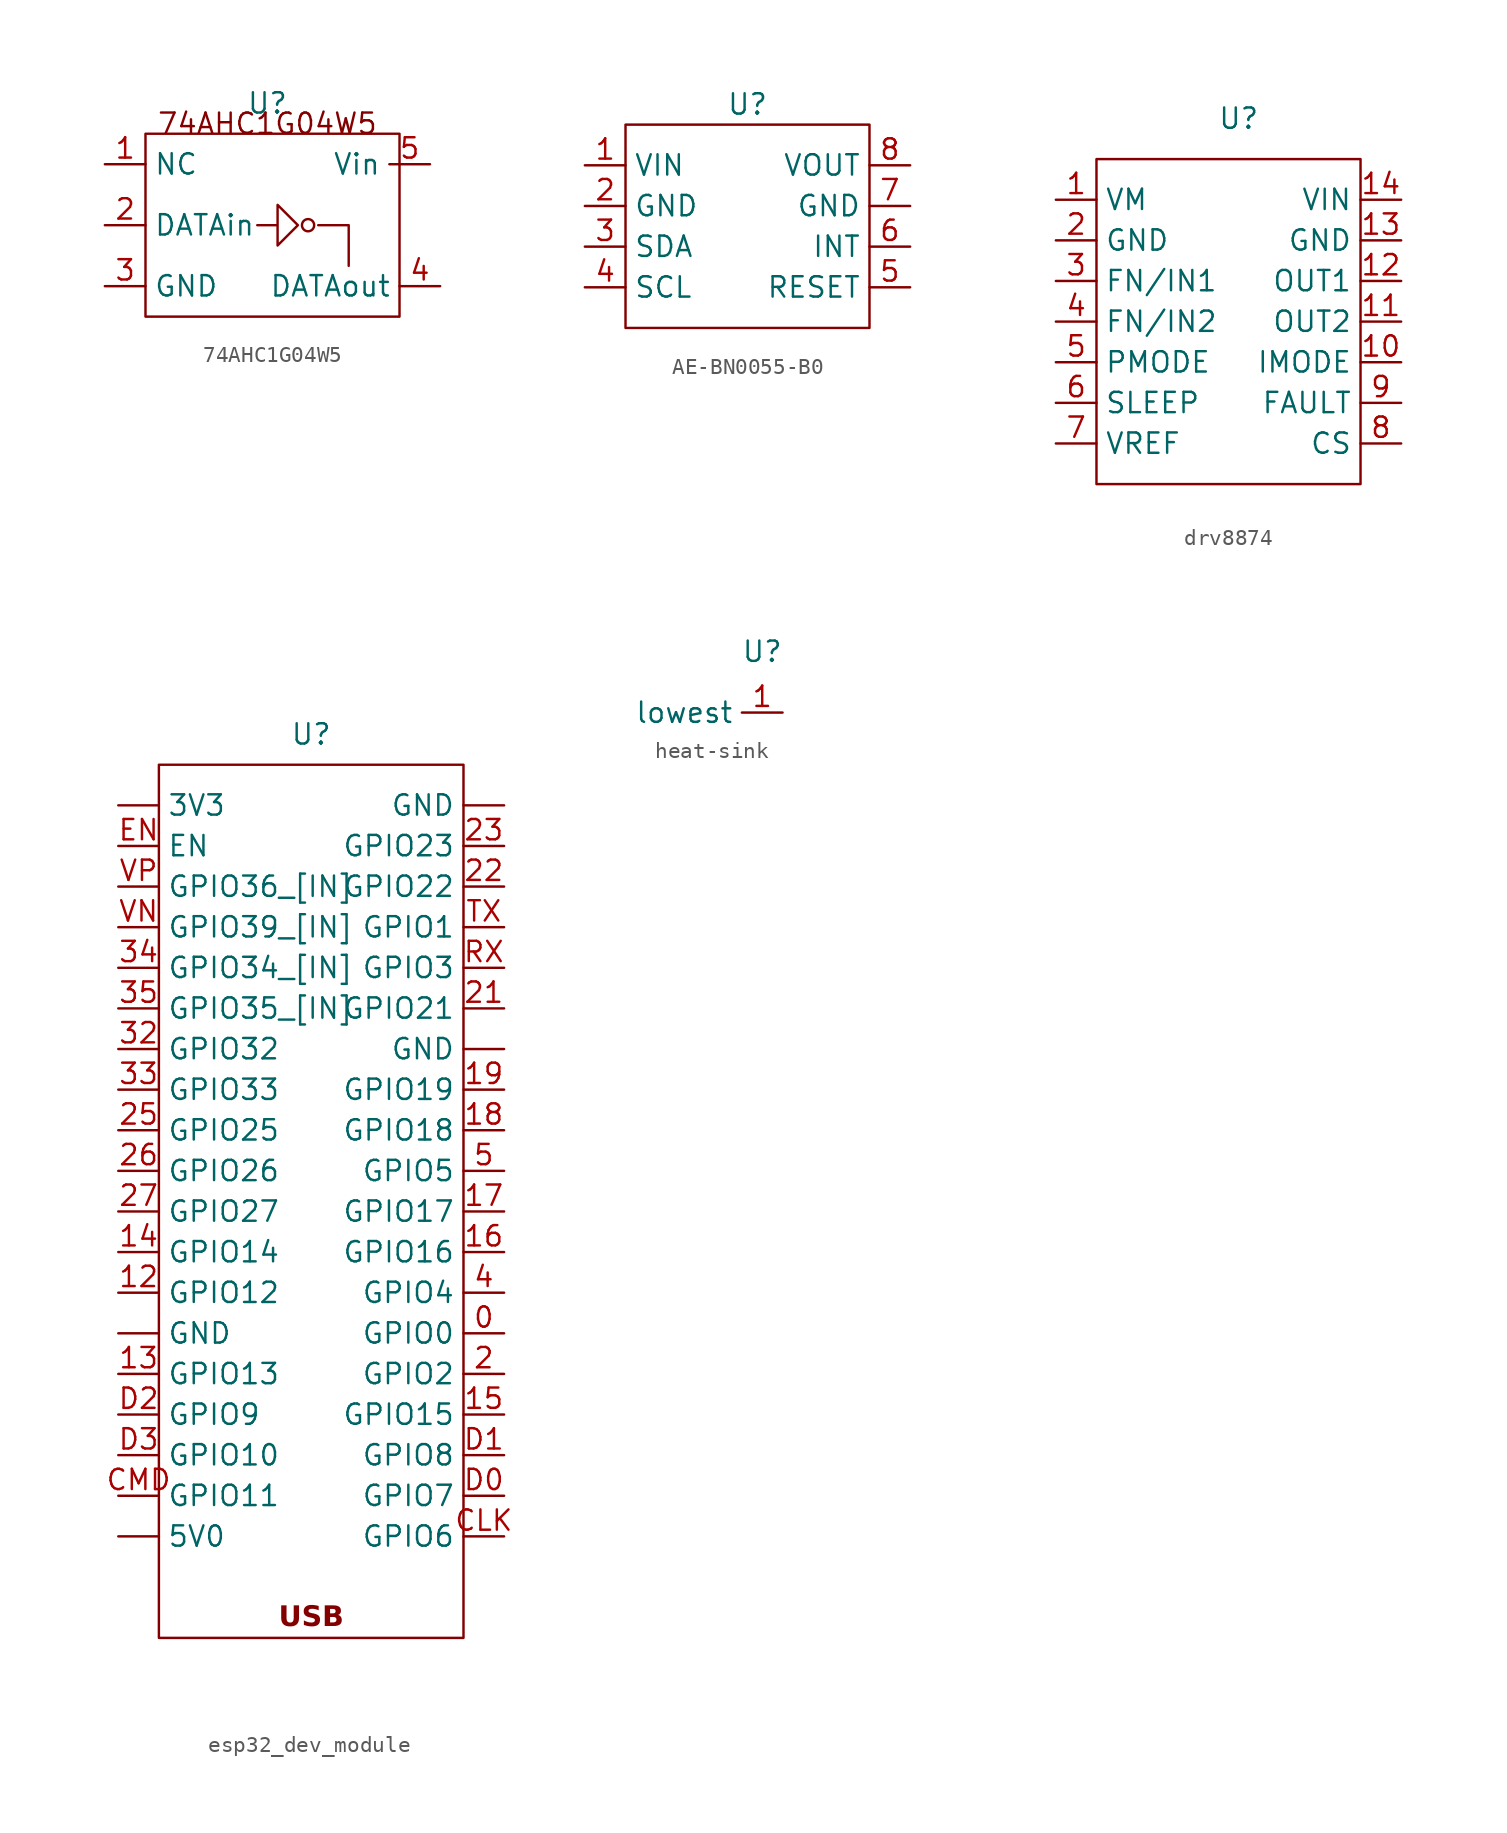
<source format=kicad_sym>
(kicad_symbol_lib
  (version 20231120)
  (generator "kicad_symbol_editor")
  (generator_version "8.0")
  (symbol "74AHC1G04W5"
    (property "Reference" "U"
      (at 0 1.905 0)
      (effects (font (size 1.27 1.27))))
    (property "Value" ""
      (at 0 0 0)
      (effects (font (size 1.27 1.27))))
    (symbol "74AHC1G04W5_0_1"
      (rectangle (start -7.62 0) (end 8.255 -11.43) (stroke (width 0) (type default)) (fill (type none)))
      (polyline (pts (xy 3.175 -5.715) (xy 5.08 -5.715) (xy 5.08 -8.255)) (stroke (width 0) (type default)) (fill (type none)))
      (polyline (pts (xy -0.635 -5.715) (xy 0.635 -5.715) (xy 0.635 -4.445) (xy 1.905 -5.715) (xy 0.635 -6.985) (xy 0.635 -5.715)) (stroke (width 0) (type default)) (fill (type none)))
      (circle (center 2.54 -5.715) (radius 0.381) (stroke (width 0) (type default)) (fill (type none))))
    (symbol "74AHC1G04W5_1_1"
      (text "74AHC1G04W5" (at 0 0.635 0) (effects (font (size 1.27 1.27))))
      (pin passive line (at -10.16 -1.905 0) (length 2.54) (name "NC" (effects (font (size 1.27 1.27)))) (number "1" (effects (font (size 1.27 1.27)))))
      (pin passive line (at -10.16 -5.715 0) (length 2.54) (name "DATAin" (effects (font (size 1.27 1.27)))) (number "2" (effects (font (size 1.27 1.27)))))
      (pin passive line (at -10.16 -9.525 0) (length 2.54) (name "GND" (effects (font (size 1.27 1.27)))) (number "3" (effects (font (size 1.27 1.27)))))
      (pin passive line (at 10.795 -9.525 180) (length 2.54) (name "DATAout" (effects (font (size 1.27 1.27)))) (number "4" (effects (font (size 1.27 1.27)))))
      (pin passive line (at 10.16 -1.905 180) (length 2.54) (name "Vin" (effects (font (size 1.27 1.27)))) (number "5" (effects (font (size 1.27 1.27)))))))
  (symbol "AE-BN0055-B0"
    (property "Reference" "U"
      (at 0 7.62 0)
      (effects (font (size 1.27 1.27))))
    (property "Value" ""
      (at 0 0 0)
      (effects (font (size 1.27 1.27))))
    (symbol "AE-BN0055-B0_0_1"
      (rectangle (start -7.62 6.35) (end 7.62 -6.35) (stroke (width 0) (type default)) (fill (type none))))
    (symbol "AE-BN0055-B0_1_1"
      (pin passive line (at -10.16 3.81 0) (length 2.54) (name "VIN" (effects (font (size 1.27 1.27)))) (number "1" (effects (font (size 1.27 1.27)))))
      (pin passive line (at -10.16 1.27 0) (length 2.54) (name "GND" (effects (font (size 1.27 1.27)))) (number "2" (effects (font (size 1.27 1.27)))))
      (pin passive line (at -10.16 -1.27 0) (length 2.54) (name "SDA" (effects (font (size 1.27 1.27)))) (number "3" (effects (font (size 1.27 1.27)))))
      (pin passive line (at -10.16 -3.81 0) (length 2.54) (name "SCL" (effects (font (size 1.27 1.27)))) (number "4" (effects (font (size 1.27 1.27)))))
      (pin passive line (at 10.16 -3.81 180) (length 2.54) (name "RESET" (effects (font (size 1.27 1.27)))) (number "5" (effects (font (size 1.27 1.27)))))
      (pin passive line (at 10.16 -1.27 180) (length 2.54) (name "INT" (effects (font (size 1.27 1.27)))) (number "6" (effects (font (size 1.27 1.27)))))
      (pin passive line (at 10.16 1.27 180) (length 2.54) (name "GND" (effects (font (size 1.27 1.27)))) (number "7" (effects (font (size 1.27 1.27)))))
      (pin passive line (at 10.16 3.81 180) (length 2.54) (name "VOUT" (effects (font (size 1.27 1.27)))) (number "8" (effects (font (size 1.27 1.27)))))))
  (symbol "drv8874"
    (property "Reference" "U"
      (at 0 12.7 0)
      (effects (font (size 1.27 1.27))))
    (property "Value" ""
      (at 0 7.62 0)
      (effects (font (size 1.27 1.27))))
    (symbol "drv8874_0_1"
      (rectangle (start -8.89 10.16) (end 7.62 -10.16) (stroke (width 0) (type default)) (fill (type none))))
    (symbol "drv8874_1_1"
      (pin passive line (at -11.43 7.62 0) (length 2.54) (name "VM" (effects (font (size 1.27 1.27)))) (number "1" (effects (font (size 1.27 1.27)))))
      (pin passive line (at 10.16 -2.54 180) (length 2.54) (name "IMODE" (effects (font (size 1.27 1.27)))) (number "10" (effects (font (size 1.27 1.27)))))
      (pin passive line (at 10.16 0 180) (length 2.54) (name "OUT2" (effects (font (size 1.27 1.27)))) (number "11" (effects (font (size 1.27 1.27)))))
      (pin passive line (at 10.16 2.54 180) (length 2.54) (name "OUT1" (effects (font (size 1.27 1.27)))) (number "12" (effects (font (size 1.27 1.27)))))
      (pin passive line (at 10.16 5.08 180) (length 2.54) (name "GND" (effects (font (size 1.27 1.27)))) (number "13" (effects (font (size 1.27 1.27)))))
      (pin passive line (at 10.16 7.62 180) (length 2.54) (name "VIN" (effects (font (size 1.27 1.27)))) (number "14" (effects (font (size 1.27 1.27)))))
      (pin passive line (at -11.43 5.08 0) (length 2.54) (name "GND" (effects (font (size 1.27 1.27)))) (number "2" (effects (font (size 1.27 1.27)))))
      (pin passive line (at -11.43 2.54 0) (length 2.54) (name "FN/IN1" (effects (font (size 1.27 1.27)))) (number "3" (effects (font (size 1.27 1.27)))))
      (pin passive line (at -11.43 0 0) (length 2.54) (name "FN/IN2" (effects (font (size 1.27 1.27)))) (number "4" (effects (font (size 1.27 1.27)))))
      (pin passive line (at -11.43 -2.54 0) (length 2.54) (name "PMODE" (effects (font (size 1.27 1.27)))) (number "5" (effects (font (size 1.27 1.27)))))
      (pin passive line (at -11.43 -5.08 0) (length 2.54) (name "SLEEP" (effects (font (size 1.27 1.27)))) (number "6" (effects (font (size 1.27 1.27)))))
      (pin passive line (at -11.43 -7.62 0) (length 2.54) (name "VREF" (effects (font (size 1.27 1.27)))) (number "7" (effects (font (size 1.27 1.27)))))
      (pin passive line (at 10.16 -7.62 180) (length 2.54) (name "CS" (effects (font (size 1.27 1.27)))) (number "8" (effects (font (size 1.27 1.27)))))
      (pin passive line (at 10.16 -5.08 180) (length 2.54) (name "FAULT" (effects (font (size 1.27 1.27)))) (number "9" (effects (font (size 1.27 1.27)))))))
  (symbol "esp32_dev_module"
    (property "Reference" "U"
      (at 0 1.905 0)
      (effects (font (size 1.27 1.27))))
    (property "Value" ""
      (at 0 0 0)
      (effects (font (size 1.27 1.27))))
    (symbol "esp32_dev_module_0_1"
      (rectangle (start -9.525 0) (end 9.525 -54.61) (stroke (width 0) (type default)) (fill (type none))))
    (symbol "esp32_dev_module_1_1"
      (text "USB" (at 0 -53.34 0) (effects (font (face "Arial Black") (size 1.27 1.27))))
      (pin input line (at -12.065 -2.54 0) (length 2.54) (name "3V3" (effects (font (size 1.27 1.27)))) (number "" (effects (font (size 1.27 1.27)))))
      (pin input line (at -12.065 -48.26 0) (length 2.54) (name "5V0" (effects (font (size 1.27 1.27)))) (number "" (effects (font (size 1.27 1.27)))))
      (pin input line (at -12.065 -35.56 0) (length 2.54) (name "GND" (effects (font (size 1.27 1.27)))) (number "" (effects (font (size 1.27 1.27)))))
      (pin input line (at 12.065 -17.78 180) (length 2.54) (name "GND" (effects (font (size 1.27 1.27)))) (number "" (effects (font (size 1.27 1.27)))))
      (pin input line (at 12.065 -2.54 180) (length 2.54) (name "GND" (effects (font (size 1.27 1.27)))) (number "" (effects (font (size 1.27 1.27)))))
      (pin input line (at 12.065 -35.56 180) (length 2.54) (name "GPIO0" (effects (font (size 1.27 1.27)))) (number "0" (effects (font (size 1.27 1.27)))))
      (pin input line (at -12.065 -33.02 0) (length 2.54) (name "GPIO12" (effects (font (size 1.27 1.27)))) (number "12" (effects (font (size 1.27 1.27)))))
      (pin input line (at -12.065 -38.1 0) (length 2.54) (name "GPIO13" (effects (font (size 1.27 1.27)))) (number "13" (effects (font (size 1.27 1.27)))))
      (pin input line (at -12.065 -30.48 0) (length 2.54) (name "GPIO14" (effects (font (size 1.27 1.27)))) (number "14" (effects (font (size 1.27 1.27)))))
      (pin input line (at 12.065 -40.64 180) (length 2.54) (name "GPIO15" (effects (font (size 1.27 1.27)))) (number "15" (effects (font (size 1.27 1.27)))))
      (pin input line (at 12.065 -30.48 180) (length 2.54) (name "GPIO16" (effects (font (size 1.27 1.27)))) (number "16" (effects (font (size 1.27 1.27)))))
      (pin input line (at 12.065 -27.94 180) (length 2.54) (name "GPIO17" (effects (font (size 1.27 1.27)))) (number "17" (effects (font (size 1.27 1.27)))))
      (pin input line (at 12.065 -22.86 180) (length 2.54) (name "GPIO18" (effects (font (size 1.27 1.27)))) (number "18" (effects (font (size 1.27 1.27)))))
      (pin input line (at 12.065 -20.32 180) (length 2.54) (name "GPIO19" (effects (font (size 1.27 1.27)))) (number "19" (effects (font (size 1.27 1.27)))))
      (pin input line (at 12.065 -38.1 180) (length 2.54) (name "GPIO2" (effects (font (size 1.27 1.27)))) (number "2" (effects (font (size 1.27 1.27)))))
      (pin input line (at 12.065 -15.24 180) (length 2.54) (name "GPIO21" (effects (font (size 1.27 1.27)))) (number "21" (effects (font (size 1.27 1.27)))))
      (pin input line (at 12.065 -7.62 180) (length 2.54) (name "GPIO22" (effects (font (size 1.27 1.27)))) (number "22" (effects (font (size 1.27 1.27)))))
      (pin input line (at 12.065 -5.08 180) (length 2.54) (name "GPIO23" (effects (font (size 1.27 1.27)))) (number "23" (effects (font (size 1.27 1.27)))))
      (pin input line (at -12.065 -22.86 0) (length 2.54) (name "GPIO25" (effects (font (size 1.27 1.27)))) (number "25" (effects (font (size 1.27 1.27)))))
      (pin input line (at -12.065 -25.4 0) (length 2.54) (name "GPIO26" (effects (font (size 1.27 1.27)))) (number "26" (effects (font (size 1.27 1.27)))))
      (pin input line (at -12.065 -27.94 0) (length 2.54) (name "GPIO27" (effects (font (size 1.27 1.27)))) (number "27" (effects (font (size 1.27 1.27)))))
      (pin input line (at -12.065 -17.78 0) (length 2.54) (name "GPIO32" (effects (font (size 1.27 1.27)))) (number "32" (effects (font (size 1.27 1.27)))))
      (pin input line (at -12.065 -20.32 0) (length 2.54) (name "GPIO33" (effects (font (size 1.27 1.27)))) (number "33" (effects (font (size 1.27 1.27)))))
      (pin input line (at -12.065 -12.7 0) (length 2.54) (name "GPIO34_[IN]" (effects (font (size 1.27 1.27)))) (number "34" (effects (font (size 1.27 1.27)))))
      (pin input line (at -12.065 -15.24 0) (length 2.54) (name "GPIO35_[IN]" (effects (font (size 1.27 1.27)))) (number "35" (effects (font (size 1.27 1.27)))))
      (pin input line (at 12.065 -33.02 180) (length 2.54) (name "GPIO4" (effects (font (size 1.27 1.27)))) (number "4" (effects (font (size 1.27 1.27)))))
      (pin input line (at 12.065 -25.4 180) (length 2.54) (name "GPIO5" (effects (font (size 1.27 1.27)))) (number "5" (effects (font (size 1.27 1.27)))))
      (pin input line (at 12.065 -48.26 180) (length 2.54) (name "GPIO6" (effects (font (size 1.27 1.27)))) (number "CLK" (effects (font (size 1.27 1.27)))))
      (pin input line (at -12.065 -45.72 0) (length 2.54) (name "GPIO11" (effects (font (size 1.27 1.27)))) (number "CMD" (effects (font (size 1.27 1.27)))))
      (pin input line (at 12.065 -45.72 180) (length 2.54) (name "GPIO7" (effects (font (size 1.27 1.27)))) (number "D0" (effects (font (size 1.27 1.27)))))
      (pin input line (at 12.065 -43.18 180) (length 2.54) (name "GPIO8" (effects (font (size 1.27 1.27)))) (number "D1" (effects (font (size 1.27 1.27)))))
      (pin input line (at -12.065 -40.64 0) (length 2.54) (name "GPIO9" (effects (font (size 1.27 1.27)))) (number "D2" (effects (font (size 1.27 1.27)))))
      (pin input line (at -12.065 -43.18 0) (length 2.54) (name "GPIO10" (effects (font (size 1.27 1.27)))) (number "D3" (effects (font (size 1.27 1.27)))))
      (pin input line (at -12.065 -5.08 0) (length 2.54) (name "EN" (effects (font (size 1.27 1.27)))) (number "EN" (effects (font (size 1.27 1.27)))))
      (pin input line (at 12.065 -12.7 180) (length 2.54) (name "GPIO3" (effects (font (size 1.27 1.27)))) (number "RX" (effects (font (size 1.27 1.27)))))
      (pin input line (at 12.065 -10.16 180) (length 2.54) (name "GPIO1" (effects (font (size 1.27 1.27)))) (number "TX" (effects (font (size 1.27 1.27)))))
      (pin input line (at -12.065 -10.16 0) (length 2.54) (name "GPIO39_[IN]" (effects (font (size 1.27 1.27)))) (number "VN" (effects (font (size 1.27 1.27)))))
      (pin input line (at -12.065 -7.62 0) (length 2.54) (name "GPIO36_[IN]" (effects (font (size 1.27 1.27)))) (number "VP" (effects (font (size 1.27 1.27)))))))
  (symbol "heat-sink"
    (property "Reference" "U"
      (at 0 2.54 0)
      (effects (font (size 1.27 1.27))))
    (property "Value" ""
      (at 0 1.27 0)
      (effects (font (size 1.27 1.27))))
    (symbol "heat-sink_1_1"
      (pin passive line (at 1.27 -1.27 180) (length 2.54) (name "lowest" (effects (font (size 1.27 1.27)))) (number "1" (effects (font (size 1.27 1.27))))))))
</source>
